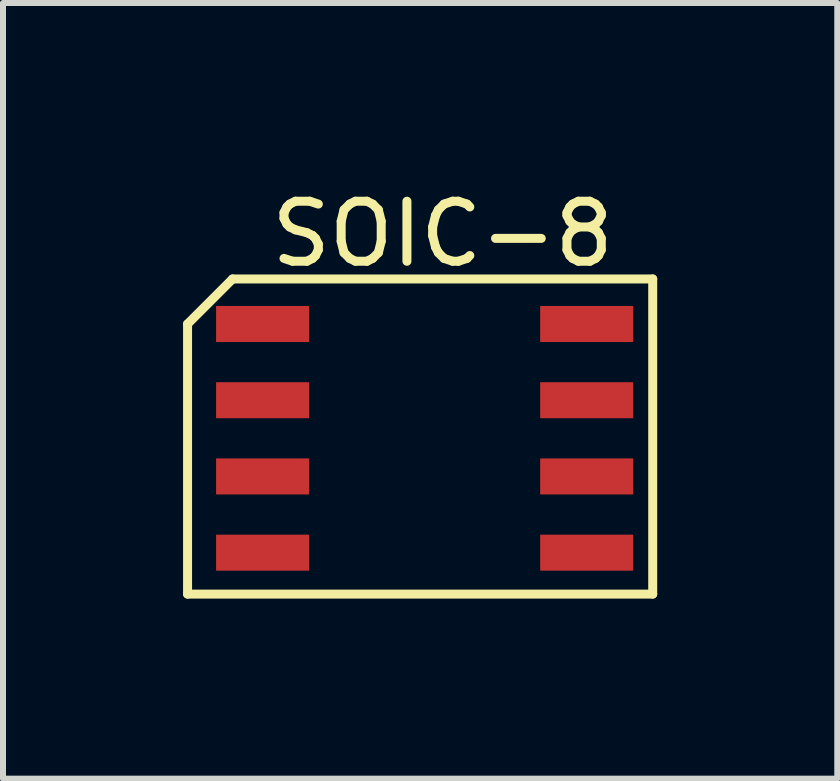
<source format=kicad_pcb>
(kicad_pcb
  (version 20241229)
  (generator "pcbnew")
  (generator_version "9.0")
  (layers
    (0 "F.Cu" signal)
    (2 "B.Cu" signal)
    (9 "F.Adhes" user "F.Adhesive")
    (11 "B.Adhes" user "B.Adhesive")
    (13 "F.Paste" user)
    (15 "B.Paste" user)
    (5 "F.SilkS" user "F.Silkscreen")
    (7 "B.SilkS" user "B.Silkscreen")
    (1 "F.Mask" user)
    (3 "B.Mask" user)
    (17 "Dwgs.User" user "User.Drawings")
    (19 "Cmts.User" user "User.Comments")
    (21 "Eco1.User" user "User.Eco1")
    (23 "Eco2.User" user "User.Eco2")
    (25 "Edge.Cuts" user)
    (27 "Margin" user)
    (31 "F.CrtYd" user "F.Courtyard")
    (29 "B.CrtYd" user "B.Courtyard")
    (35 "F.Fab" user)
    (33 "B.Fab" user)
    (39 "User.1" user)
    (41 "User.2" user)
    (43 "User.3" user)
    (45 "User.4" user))
  (footprint "SOIC-8"
    (layer "F.Cu")
    (at 1.325 2.348)
    (property "Reference" "SOIC-8" (at 3 -1.5 0) (layer "F.SilkS") (effects (font (size 1 1) (thickness 0.15))))
    (attr through_hole)
    (fp_line (start -1.25 0) (end -0.5 -0.75) (stroke (width 0.15) (type solid)) (layer "F.SilkS"))
    (fp_line (start -1.25 4.5) (end -1.25 0) (stroke (width 0.15) (type solid)) (layer "F.SilkS"))
    (fp_line (start -0.5 -0.75) (end 6.5 -0.75) (stroke (width 0.15) (type solid)) (layer "F.SilkS"))
    (fp_line (start 6.5 -0.75) (end 6.5 4.5) (stroke (width 0.15) (type solid)) (layer "F.SilkS"))
    (fp_line (start 6.5 4.5) (end -1.25 4.5) (stroke (width 0.15) (type solid)) (layer "F.SilkS"))
    (pad "1" smd rect (at 0 0) (size 1.55 0.6) (layers "F.Cu" "F.Mask" "F.Paste"))
    (pad "2" smd rect (at 0 1.27) (size 1.55 0.6) (layers "F.Cu" "F.Mask" "F.Paste"))
    (pad "3" smd rect (at 0 2.54) (size 1.55 0.6) (layers "F.Cu" "F.Mask" "F.Paste"))
    (pad "4" smd rect (at 0 3.81) (size 1.55 0.6) (layers "F.Cu" "F.Mask" "F.Paste"))
    (pad "5" smd rect (at 5.4 0) (size 1.55 0.6) (layers "F.Cu" "F.Mask" "F.Paste"))
    (pad "6" smd rect (at 5.4 1.27) (size 1.55 0.6) (layers "F.Cu" "F.Mask" "F.Paste"))
    (pad "7" smd rect (at 5.4 2.54) (size 1.55 0.6) (layers "F.Cu" "F.Mask" "F.Paste"))
    (pad "8" smd rect (at 5.4 3.81) (size 1.55 0.6) (layers "F.Cu" "F.Mask" "F.Paste")))
  (gr_rect
    (start -3 -3)
    (end 10.9 9.923)
    (stroke (width 0.1) (type default))
    (fill no)
    (layer "Edge.Cuts")))
</source>
